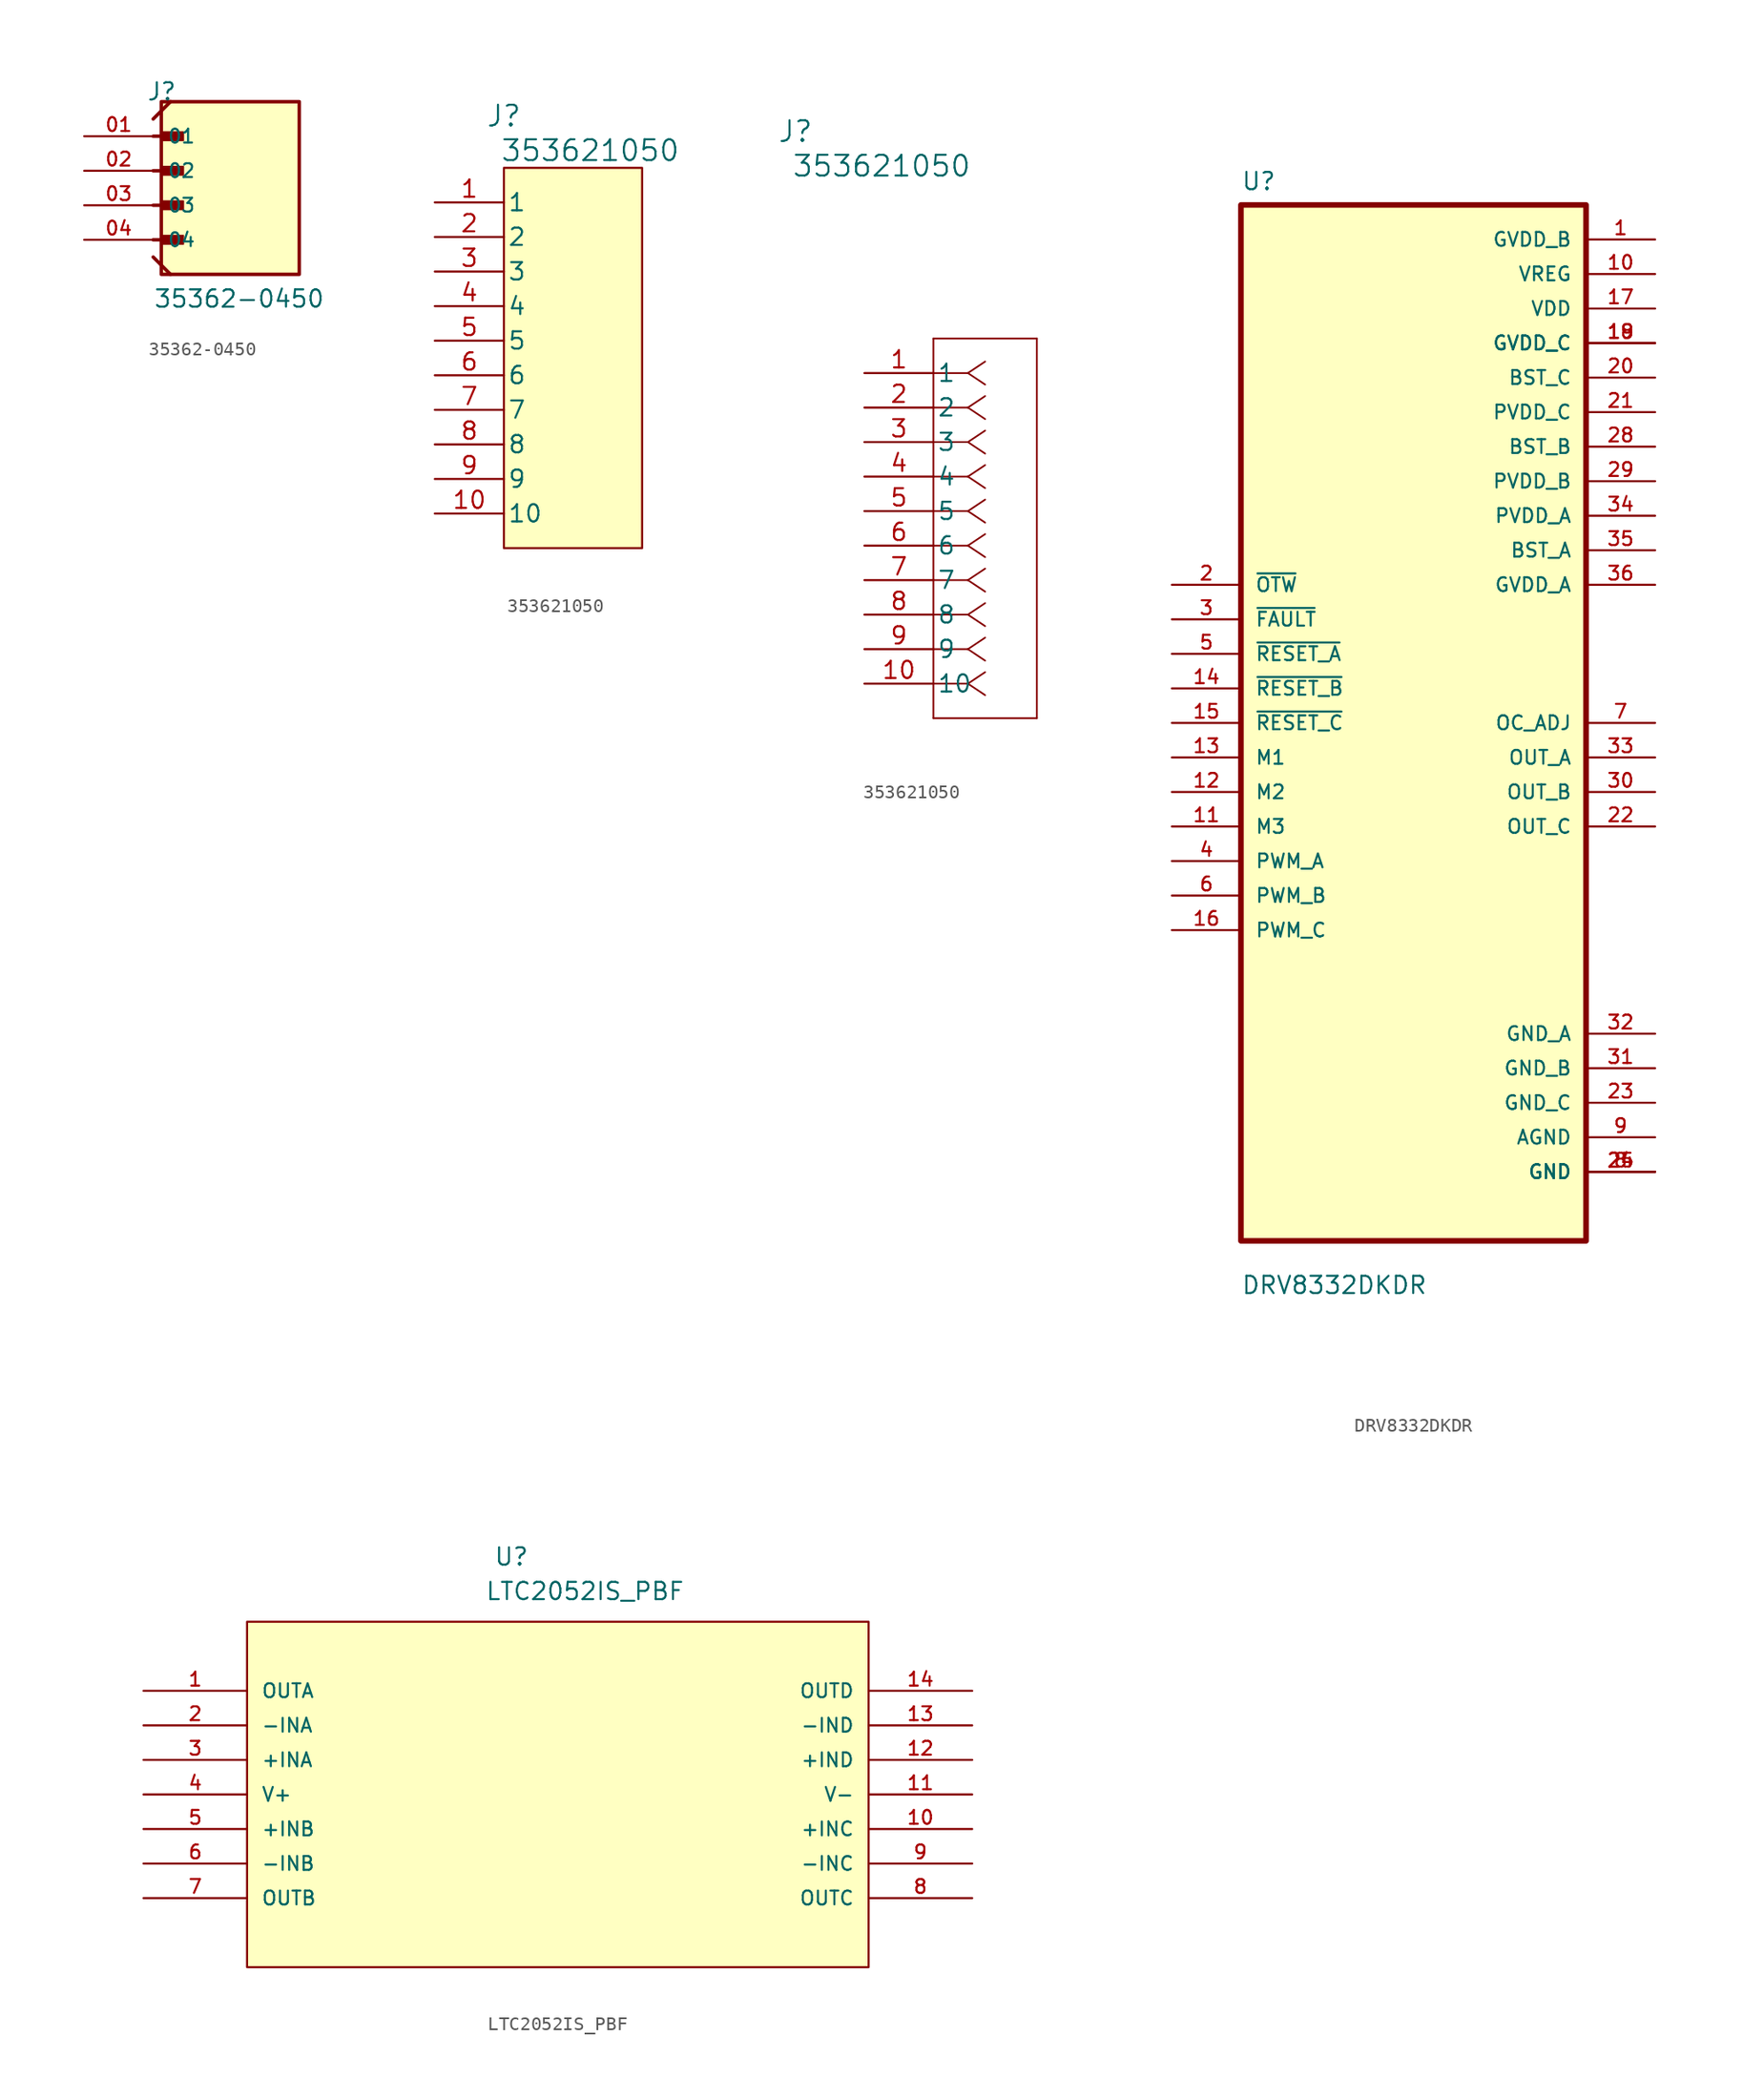
<source format=kicad_sym>
(kicad_symbol_lib
  (version 20220914)
  (generator kicad_symbol_editor)
  (symbol "35362-0450"
    (pin_names
      (offset 1.016))
    (property "Reference" "J"
      (at -6.85 -2.54 0)
      (effects (font (size 1.27 1.27)) (justify left bottom)))
    (property "Value" "35362-0450"
      (at -6.35 -17.78 0)
      (effects (font (size 1.27 1.27)) (justify left bottom)))
    (symbol "35362-0450_0_0"
      (rectangle (start -5.755 -2.54) (end 4.405 -15.24) (stroke (width 0.254) (type default)) (fill (type background)))
      (rectangle (start -5.715 -13.018) (end -4.128 -12.383) (stroke (width 0.1) (type default)) (fill (type outline)))
      (rectangle (start -5.715 -10.477) (end -4.128 -9.842) (stroke (width 0.1) (type default)) (fill (type outline)))
      (rectangle (start -5.715 -7.303) (end -4.128 -7.938) (stroke (width 0.1) (type default)) (fill (type outline)))
      (rectangle (start -5.715 -5.397) (end -4.128 -4.763) (stroke (width 0.1) (type default)) (fill (type outline)))
      (polyline (pts (xy -6.35 -13.97) (xy -5.08 -15.24)) (stroke (width 0.254) (type default)) (fill (type none)))
      (polyline (pts (xy -6.35 -12.7) (xy -4.445 -12.7)) (stroke (width 0.254) (type default)) (fill (type none)))
      (polyline (pts (xy -6.35 -10.16) (xy -4.445 -10.16)) (stroke (width 0.254) (type default)) (fill (type none)))
      (polyline (pts (xy -6.35 -7.62) (xy -4.445 -7.62)) (stroke (width 0.254) (type default)) (fill (type none)))
      (polyline (pts (xy -6.35 -5.08) (xy -4.445 -5.08)) (stroke (width 0.254) (type default)) (fill (type none)))
      (polyline (pts (xy -6.35 -3.81) (xy -5.08 -2.54)) (stroke (width 0.254) (type default)) (fill (type none)))
      (pin passive line (at -11.43 -5.08 0) (length 5.08) (name "01" (effects (font (size 1.016 1.016)))) (number "01" (effects (font (size 1.016 1.016)))))
      (pin passive line (at -11.43 -7.62 0) (length 5.08) (name "02" (effects (font (size 1.016 1.016)))) (number "02" (effects (font (size 1.016 1.016)))))
      (pin passive line (at -11.43 -10.16 0) (length 5.08) (name "03" (effects (font (size 1.016 1.016)))) (number "03" (effects (font (size 1.016 1.016)))))
      (pin passive line (at -11.43 -12.7 0) (length 5.08) (name "04" (effects (font (size 1.016 1.016)))) (number "04" (effects (font (size 1.016 1.016)))))))
  (symbol "353621050"
    (pin_names
      (offset 0.254))
    (property "Reference" "J"
      (at -5.08 17.78 0)
      (effects (font (size 1.524 1.524))))
    (property "Value" "353621050"
      (at 1.27 15.24 0)
      (effects (font (size 1.524 1.524))))
    (property "ki_locked" ""
      (at 0 0 0)
      (effects (font (size 1.27 1.27))))
    (symbol "353621050_1_1"
      (rectangle (start -5.08 13.97) (end 5.08 -13.97) (stroke (width 0) (type default)) (fill (type background)))
      (pin unspecified line (at -10.16 11.43 0) (length 5.08) (name "1" (effects (font (size 1.27 1.27)))) (number "1" (effects (font (size 1.27 1.27)))))
      (pin unspecified line (at -10.16 -11.43 0) (length 5.08) (name "10" (effects (font (size 1.27 1.27)))) (number "10" (effects (font (size 1.27 1.27)))))
      (pin unspecified line (at -10.16 8.89 0) (length 5.08) (name "2" (effects (font (size 1.27 1.27)))) (number "2" (effects (font (size 1.27 1.27)))))
      (pin unspecified line (at -10.16 6.35 0) (length 5.08) (name "3" (effects (font (size 1.27 1.27)))) (number "3" (effects (font (size 1.27 1.27)))))
      (pin unspecified line (at -10.16 3.81 0) (length 5.08) (name "4" (effects (font (size 1.27 1.27)))) (number "4" (effects (font (size 1.27 1.27)))))
      (pin unspecified line (at -10.16 1.27 0) (length 5.08) (name "5" (effects (font (size 1.27 1.27)))) (number "5" (effects (font (size 1.27 1.27)))))
      (pin unspecified line (at -10.16 -1.27 0) (length 5.08) (name "6" (effects (font (size 1.27 1.27)))) (number "6" (effects (font (size 1.27 1.27)))))
      (pin unspecified line (at -10.16 -3.81 0) (length 5.08) (name "7" (effects (font (size 1.27 1.27)))) (number "7" (effects (font (size 1.27 1.27)))))
      (pin unspecified line (at -10.16 -6.35 0) (length 5.08) (name "8" (effects (font (size 1.27 1.27)))) (number "8" (effects (font (size 1.27 1.27)))))
      (pin unspecified line (at -10.16 -8.89 0) (length 5.08) (name "9" (effects (font (size 1.27 1.27)))) (number "9" (effects (font (size 1.27 1.27))))))
    (symbol "353621050_1_2"
      (polyline (pts (xy 5.08 -25.4) (xy 12.7 -25.4)) (stroke (width 0.127) (type default)) (fill (type none)))
      (polyline (pts (xy 5.08 2.54) (xy 5.08 -25.4)) (stroke (width 0.127) (type default)) (fill (type none)))
      (polyline (pts (xy 7.62 -22.86) (xy 5.08 -22.86)) (stroke (width 0.127) (type default)) (fill (type none)))
      (polyline (pts (xy 7.62 -22.86) (xy 8.89 -23.707)) (stroke (width 0.127) (type default)) (fill (type none)))
      (polyline (pts (xy 7.62 -22.86) (xy 8.89 -22.013)) (stroke (width 0.127) (type default)) (fill (type none)))
      (polyline (pts (xy 7.62 -20.32) (xy 5.08 -20.32)) (stroke (width 0.127) (type default)) (fill (type none)))
      (polyline (pts (xy 7.62 -20.32) (xy 8.89 -21.167)) (stroke (width 0.127) (type default)) (fill (type none)))
      (polyline (pts (xy 7.62 -20.32) (xy 8.89 -19.473)) (stroke (width 0.127) (type default)) (fill (type none)))
      (polyline (pts (xy 7.62 -17.78) (xy 5.08 -17.78)) (stroke (width 0.127) (type default)) (fill (type none)))
      (polyline (pts (xy 7.62 -17.78) (xy 8.89 -18.627)) (stroke (width 0.127) (type default)) (fill (type none)))
      (polyline (pts (xy 7.62 -17.78) (xy 8.89 -16.933)) (stroke (width 0.127) (type default)) (fill (type none)))
      (polyline (pts (xy 7.62 -15.24) (xy 5.08 -15.24)) (stroke (width 0.127) (type default)) (fill (type none)))
      (polyline (pts (xy 7.62 -15.24) (xy 8.89 -16.087)) (stroke (width 0.127) (type default)) (fill (type none)))
      (polyline (pts (xy 7.62 -15.24) (xy 8.89 -14.393)) (stroke (width 0.127) (type default)) (fill (type none)))
      (polyline (pts (xy 7.62 -12.7) (xy 5.08 -12.7)) (stroke (width 0.127) (type default)) (fill (type none)))
      (polyline (pts (xy 7.62 -12.7) (xy 8.89 -13.547)) (stroke (width 0.127) (type default)) (fill (type none)))
      (polyline (pts (xy 7.62 -12.7) (xy 8.89 -11.853)) (stroke (width 0.127) (type default)) (fill (type none)))
      (polyline (pts (xy 7.62 -10.16) (xy 5.08 -10.16)) (stroke (width 0.127) (type default)) (fill (type none)))
      (polyline (pts (xy 7.62 -10.16) (xy 8.89 -11.007)) (stroke (width 0.127) (type default)) (fill (type none)))
      (polyline (pts (xy 7.62 -10.16) (xy 8.89 -9.313)) (stroke (width 0.127) (type default)) (fill (type none)))
      (polyline (pts (xy 7.62 -7.62) (xy 5.08 -7.62)) (stroke (width 0.127) (type default)) (fill (type none)))
      (polyline (pts (xy 7.62 -7.62) (xy 8.89 -8.467)) (stroke (width 0.127) (type default)) (fill (type none)))
      (polyline (pts (xy 7.62 -7.62) (xy 8.89 -6.773)) (stroke (width 0.127) (type default)) (fill (type none)))
      (polyline (pts (xy 7.62 -5.08) (xy 5.08 -5.08)) (stroke (width 0.127) (type default)) (fill (type none)))
      (polyline (pts (xy 7.62 -5.08) (xy 8.89 -5.927)) (stroke (width 0.127) (type default)) (fill (type none)))
      (polyline (pts (xy 7.62 -5.08) (xy 8.89 -4.233)) (stroke (width 0.127) (type default)) (fill (type none)))
      (polyline (pts (xy 7.62 -2.54) (xy 5.08 -2.54)) (stroke (width 0.127) (type default)) (fill (type none)))
      (polyline (pts (xy 7.62 -2.54) (xy 8.89 -3.387)) (stroke (width 0.127) (type default)) (fill (type none)))
      (polyline (pts (xy 7.62 -2.54) (xy 8.89 -1.693)) (stroke (width 0.127) (type default)) (fill (type none)))
      (polyline (pts (xy 7.62 0) (xy 5.08 0)) (stroke (width 0.127) (type default)) (fill (type none)))
      (polyline (pts (xy 7.62 0) (xy 8.89 -0.847)) (stroke (width 0.127) (type default)) (fill (type none)))
      (polyline (pts (xy 7.62 0) (xy 8.89 0.847)) (stroke (width 0.127) (type default)) (fill (type none)))
      (polyline (pts (xy 12.7 -25.4) (xy 12.7 2.54)) (stroke (width 0.127) (type default)) (fill (type none)))
      (polyline (pts (xy 12.7 2.54) (xy 5.08 2.54)) (stroke (width 0.127) (type default)) (fill (type none)))
      (pin unspecified line (at 0 0 0) (length 5.08) (name "1" (effects (font (size 1.27 1.27)))) (number "1" (effects (font (size 1.27 1.27)))))
      (pin unspecified line (at 0 -22.86 0) (length 5.08) (name "10" (effects (font (size 1.27 1.27)))) (number "10" (effects (font (size 1.27 1.27)))))
      (pin unspecified line (at 0 -2.54 0) (length 5.08) (name "2" (effects (font (size 1.27 1.27)))) (number "2" (effects (font (size 1.27 1.27)))))
      (pin unspecified line (at 0 -5.08 0) (length 5.08) (name "3" (effects (font (size 1.27 1.27)))) (number "3" (effects (font (size 1.27 1.27)))))
      (pin unspecified line (at 0 -7.62 0) (length 5.08) (name "4" (effects (font (size 1.27 1.27)))) (number "4" (effects (font (size 1.27 1.27)))))
      (pin unspecified line (at 0 -10.16 0) (length 5.08) (name "5" (effects (font (size 1.27 1.27)))) (number "5" (effects (font (size 1.27 1.27)))))
      (pin unspecified line (at 0 -12.7 0) (length 5.08) (name "6" (effects (font (size 1.27 1.27)))) (number "6" (effects (font (size 1.27 1.27)))))
      (pin unspecified line (at 0 -15.24 0) (length 5.08) (name "7" (effects (font (size 1.27 1.27)))) (number "7" (effects (font (size 1.27 1.27)))))
      (pin unspecified line (at 0 -17.78 0) (length 5.08) (name "8" (effects (font (size 1.27 1.27)))) (number "8" (effects (font (size 1.27 1.27)))))
      (pin unspecified line (at 0 -20.32 0) (length 5.08) (name "9" (effects (font (size 1.27 1.27)))) (number "9" (effects (font (size 1.27 1.27)))))))
  (symbol "DRV8332DKDR"
    (pin_names
      (offset 1.016))
    (property "Reference" "U"
      (at -12.7 39.1 0)
      (effects (font (size 1.27 1.27)) (justify left bottom)))
    (property "Value" "DRV8332DKDR"
      (at -12.7 -42.1 0)
      (effects (font (size 1.27 1.27)) (justify left bottom)))
    (symbol "DRV8332DKDR_0_0"
      (rectangle (start -12.7 -38.1) (end 12.7 38.1) (stroke (width 0.41) (type default)) (fill (type background)))
      (pin power_in line (at 17.78 35.56 180) (length 5.08) (name "GVDD_B" (effects (font (size 1.016 1.016)))) (number "1" (effects (font (size 1.016 1.016)))))
      (pin power_in line (at 17.78 33.02 180) (length 5.08) (name "VREG" (effects (font (size 1.016 1.016)))) (number "10" (effects (font (size 1.016 1.016)))))
      (pin input line (at -17.78 -7.62 0) (length 5.08) (name "M3" (effects (font (size 1.016 1.016)))) (number "11" (effects (font (size 1.016 1.016)))))
      (pin input line (at -17.78 -5.08 0) (length 5.08) (name "M2" (effects (font (size 1.016 1.016)))) (number "12" (effects (font (size 1.016 1.016)))))
      (pin input line (at -17.78 -2.54 0) (length 5.08) (name "M1" (effects (font (size 1.016 1.016)))) (number "13" (effects (font (size 1.016 1.016)))))
      (pin input line (at -17.78 2.54 0) (length 5.08) (name "~{RESET_B}" (effects (font (size 1.016 1.016)))) (number "14" (effects (font (size 1.016 1.016)))))
      (pin input line (at -17.78 0 0) (length 5.08) (name "~{RESET_C}" (effects (font (size 1.016 1.016)))) (number "15" (effects (font (size 1.016 1.016)))))
      (pin input line (at -17.78 -15.24 0) (length 5.08) (name "PWM_C" (effects (font (size 1.016 1.016)))) (number "16" (effects (font (size 1.016 1.016)))))
      (pin power_in line (at 17.78 30.48 180) (length 5.08) (name "VDD" (effects (font (size 1.016 1.016)))) (number "17" (effects (font (size 1.016 1.016)))))
      (pin power_in line (at 17.78 27.94 180) (length 5.08) (name "GVDD_C" (effects (font (size 1.016 1.016)))) (number "18" (effects (font (size 1.016 1.016)))))
      (pin power_in line (at 17.78 27.94 180) (length 5.08) (name "GVDD_C" (effects (font (size 1.016 1.016)))) (number "19" (effects (font (size 1.016 1.016)))))
      (pin output line (at -17.78 10.16 0) (length 5.08) (name "~{OTW}" (effects (font (size 1.016 1.016)))) (number "2" (effects (font (size 1.016 1.016)))))
      (pin power_in line (at 17.78 25.4 180) (length 5.08) (name "BST_C" (effects (font (size 1.016 1.016)))) (number "20" (effects (font (size 1.016 1.016)))))
      (pin power_in line (at 17.78 22.86 180) (length 5.08) (name "PVDD_C" (effects (font (size 1.016 1.016)))) (number "21" (effects (font (size 1.016 1.016)))))
      (pin output line (at 17.78 -7.62 180) (length 5.08) (name "OUT_C" (effects (font (size 1.016 1.016)))) (number "22" (effects (font (size 1.016 1.016)))))
      (pin power_in line (at 17.78 -27.94 180) (length 5.08) (name "GND_C" (effects (font (size 1.016 1.016)))) (number "23" (effects (font (size 1.016 1.016)))))
      (pin power_in line (at 17.78 -33.02 180) (length 5.08) (name "GND" (effects (font (size 1.016 1.016)))) (number "24" (effects (font (size 1.016 1.016)))))
      (pin power_in line (at 17.78 -33.02 180) (length 5.08) (name "GND" (effects (font (size 1.016 1.016)))) (number "25" (effects (font (size 1.016 1.016)))))
      (pin power_in line (at 17.78 20.32 180) (length 5.08) (name "BST_B" (effects (font (size 1.016 1.016)))) (number "28" (effects (font (size 1.016 1.016)))))
      (pin power_in line (at 17.78 17.78 180) (length 5.08) (name "PVDD_B" (effects (font (size 1.016 1.016)))) (number "29" (effects (font (size 1.016 1.016)))))
      (pin output line (at -17.78 7.62 0) (length 5.08) (name "~{FAULT}" (effects (font (size 1.016 1.016)))) (number "3" (effects (font (size 1.016 1.016)))))
      (pin output line (at 17.78 -5.08 180) (length 5.08) (name "OUT_B" (effects (font (size 1.016 1.016)))) (number "30" (effects (font (size 1.016 1.016)))))
      (pin power_in line (at 17.78 -25.4 180) (length 5.08) (name "GND_B" (effects (font (size 1.016 1.016)))) (number "31" (effects (font (size 1.016 1.016)))))
      (pin power_in line (at 17.78 -22.86 180) (length 5.08) (name "GND_A" (effects (font (size 1.016 1.016)))) (number "32" (effects (font (size 1.016 1.016)))))
      (pin output line (at 17.78 -2.54 180) (length 5.08) (name "OUT_A" (effects (font (size 1.016 1.016)))) (number "33" (effects (font (size 1.016 1.016)))))
      (pin power_in line (at 17.78 15.24 180) (length 5.08) (name "PVDD_A" (effects (font (size 1.016 1.016)))) (number "34" (effects (font (size 1.016 1.016)))))
      (pin power_in line (at 17.78 12.7 180) (length 5.08) (name "BST_A" (effects (font (size 1.016 1.016)))) (number "35" (effects (font (size 1.016 1.016)))))
      (pin power_in line (at 17.78 10.16 180) (length 5.08) (name "GVDD_A" (effects (font (size 1.016 1.016)))) (number "36" (effects (font (size 1.016 1.016)))))
      (pin input line (at -17.78 -10.16 0) (length 5.08) (name "PWM_A" (effects (font (size 1.016 1.016)))) (number "4" (effects (font (size 1.016 1.016)))))
      (pin input line (at -17.78 5.08 0) (length 5.08) (name "~{RESET_A}" (effects (font (size 1.016 1.016)))) (number "5" (effects (font (size 1.016 1.016)))))
      (pin input line (at -17.78 -12.7 0) (length 5.08) (name "PWM_B" (effects (font (size 1.016 1.016)))) (number "6" (effects (font (size 1.016 1.016)))))
      (pin output line (at 17.78 0 180) (length 5.08) (name "OC_ADJ" (effects (font (size 1.016 1.016)))) (number "7" (effects (font (size 1.016 1.016)))))
      (pin power_in line (at 17.78 -33.02 180) (length 5.08) (name "GND" (effects (font (size 1.016 1.016)))) (number "8" (effects (font (size 1.016 1.016)))))
      (pin power_in line (at 17.78 -30.48 180) (length 5.08) (name "AGND" (effects (font (size 1.016 1.016)))) (number "9" (effects (font (size 1.016 1.016)))))))
  (symbol "LTC2052IS_PBF"
    (pin_names
      (offset 1.016))
    (property "Reference" "U"
      (at 25.756 9.119 0)
      (effects (font (size 1.27 1.27)) (justify left bottom)))
    (property "Value" "LTC2052IS_PBF"
      (at 25.121 6.579 0)
      (effects (font (size 1.27 1.27)) (justify left bottom)))
    (symbol "LTC2052IS_PBF_0_0"
      (rectangle (start 7.62 -20.32) (end 53.34 5.08) (stroke (width 0.152) (type default)) (fill (type background)))
      (pin output line (at 0 0 0) (length 7.62) (name "OUTA" (effects (font (size 1.016 1.016)))) (number "1" (effects (font (size 1.016 1.016)))))
      (pin input line (at 60.96 -10.16 180) (length 7.62) (name "+INC" (effects (font (size 1.016 1.016)))) (number "10" (effects (font (size 1.016 1.016)))))
      (pin power_in line (at 60.96 -7.62 180) (length 7.62) (name "V-" (effects (font (size 1.016 1.016)))) (number "11" (effects (font (size 1.016 1.016)))))
      (pin input line (at 60.96 -5.08 180) (length 7.62) (name "+IND" (effects (font (size 1.016 1.016)))) (number "12" (effects (font (size 1.016 1.016)))))
      (pin input line (at 60.96 -2.54 180) (length 7.62) (name "-IND" (effects (font (size 1.016 1.016)))) (number "13" (effects (font (size 1.016 1.016)))))
      (pin output line (at 60.96 0 180) (length 7.62) (name "OUTD" (effects (font (size 1.016 1.016)))) (number "14" (effects (font (size 1.016 1.016)))))
      (pin input line (at 0 -2.54 0) (length 7.62) (name "-INA" (effects (font (size 1.016 1.016)))) (number "2" (effects (font (size 1.016 1.016)))))
      (pin input line (at 0 -5.08 0) (length 7.62) (name "+INA" (effects (font (size 1.016 1.016)))) (number "3" (effects (font (size 1.016 1.016)))))
      (pin power_in line (at 0 -7.62 0) (length 7.62) (name "V+" (effects (font (size 1.016 1.016)))) (number "4" (effects (font (size 1.016 1.016)))))
      (pin input line (at 0 -10.16 0) (length 7.62) (name "+INB" (effects (font (size 1.016 1.016)))) (number "5" (effects (font (size 1.016 1.016)))))
      (pin input line (at 0 -12.7 0) (length 7.62) (name "-INB" (effects (font (size 1.016 1.016)))) (number "6" (effects (font (size 1.016 1.016)))))
      (pin output line (at 0 -15.24 0) (length 7.62) (name "OUTB" (effects (font (size 1.016 1.016)))) (number "7" (effects (font (size 1.016 1.016)))))
      (pin output line (at 60.96 -15.24 180) (length 7.62) (name "OUTC" (effects (font (size 1.016 1.016)))) (number "8" (effects (font (size 1.016 1.016)))))
      (pin input line (at 60.96 -12.7 180) (length 7.62) (name "-INC" (effects (font (size 1.016 1.016)))) (number "9" (effects (font (size 1.016 1.016))))))))
</source>
